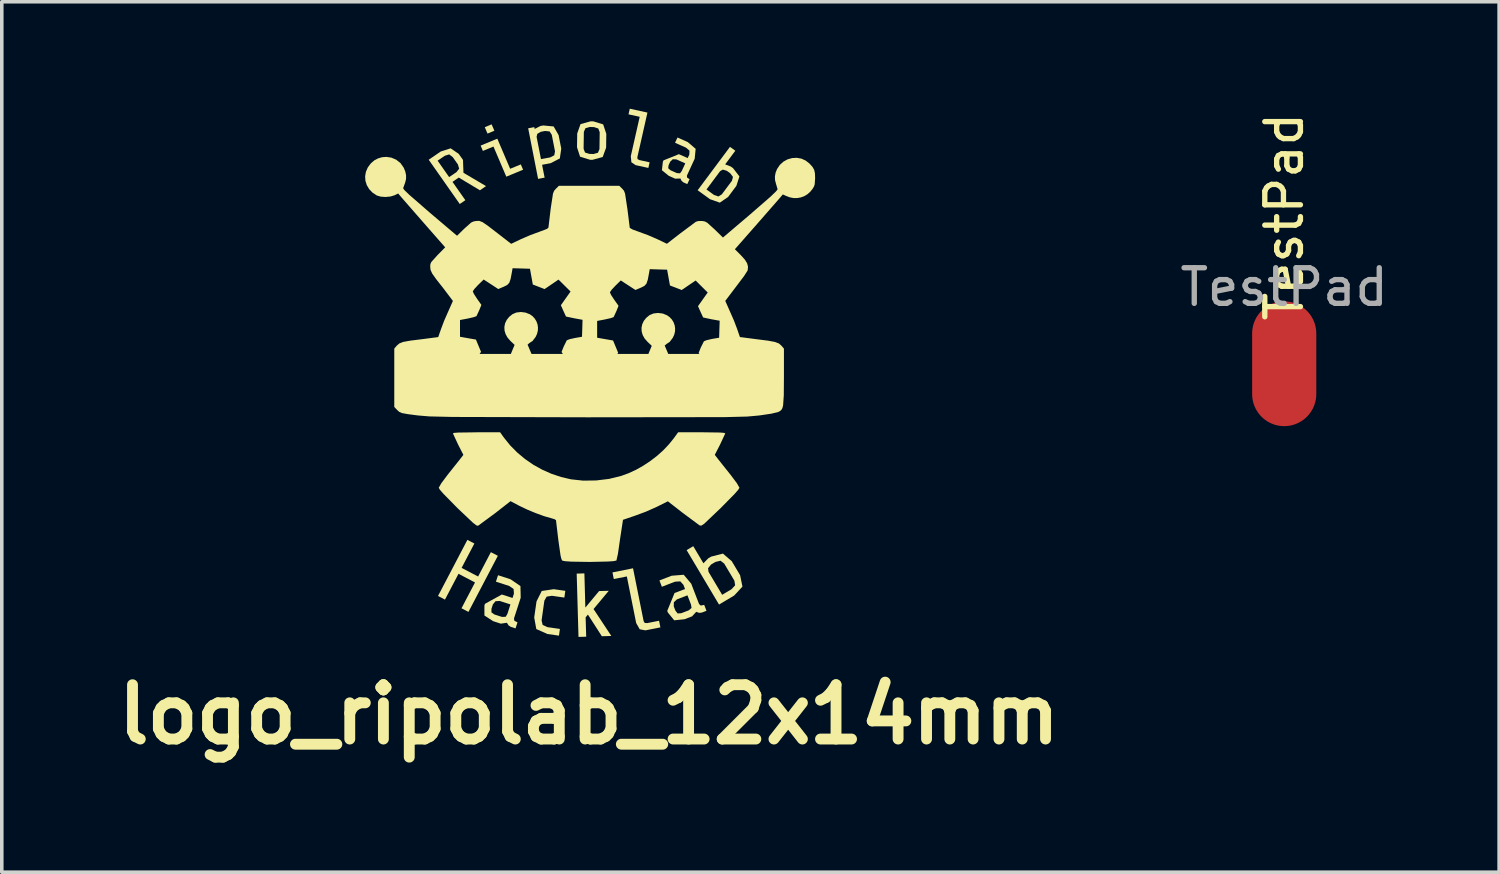
<source format=kicad_pcb>
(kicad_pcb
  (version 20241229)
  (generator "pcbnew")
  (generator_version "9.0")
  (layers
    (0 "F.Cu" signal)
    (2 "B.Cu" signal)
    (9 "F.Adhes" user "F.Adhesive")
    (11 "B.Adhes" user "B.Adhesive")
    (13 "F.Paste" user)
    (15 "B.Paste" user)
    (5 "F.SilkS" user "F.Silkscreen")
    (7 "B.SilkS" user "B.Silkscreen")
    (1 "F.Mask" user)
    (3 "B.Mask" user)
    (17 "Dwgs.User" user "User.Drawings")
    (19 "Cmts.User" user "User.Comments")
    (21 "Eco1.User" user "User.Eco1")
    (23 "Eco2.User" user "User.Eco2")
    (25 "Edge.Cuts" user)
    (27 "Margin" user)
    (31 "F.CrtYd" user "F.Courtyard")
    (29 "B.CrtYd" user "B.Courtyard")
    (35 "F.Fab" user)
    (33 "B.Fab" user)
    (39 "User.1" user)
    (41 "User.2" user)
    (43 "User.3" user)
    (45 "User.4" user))
  (footprint "TestPad"
    (layer "F.Cu")
    (at 32.983 7.157)
    (property "Reference" "TestPad" (at 0 -4.128 90) (layer "F.SilkS") (effects (font (size 1 1) (thickness 0.15))))
    (attr smd)
    (fp_text user "${REFERENCE}" (at 0 -2.15 0) (layer "F.Fab") (effects (font (size 1 1) (thickness 0.15))))
    (pad "1" connect oval (at 0 0) (size 1.8 3.5) (layers "F.Cu" "F.Mask")))
  (footprint "logo_ripolab_12x14mm"
    (layer "F.Cu")
    (at 13.477 7.916)
    (property "Reference" "logo_ripolab_12x14mm" (at 0 9.081 0) (layer "F.SilkS") (effects (font (size 1.524 1.524) (thickness 0.305))))
    (attr smd)
    (fp_poly (pts (xy -3.662 5.134) (xy -4.042 5.858) (xy -4.237 5.756) (xy -3.413 4.182) (xy -3.217 4.284) (xy -3.575 4.968) (xy -3.112 5.21) (xy -2.754 4.527) (xy -2.558 4.629) (xy -3.383 6.203) (xy -3.578 6.101) (xy -3.199 5.377) (xy -3.662 5.134)) (stroke (width 0) (type solid)) (fill yes) (layer "F.SilkS"))
    (fp_poly (pts (xy -0.095 6.356) (xy -0.079 6.899) (xy -0.295 6.905) (xy -0.346 5.129) (xy -0.13 5.122) (xy -0.103 6.082) (xy 0.283 5.618) (xy 0.554 5.611) (xy 0.127 6.123) (xy 0.626 6.878) (xy 0.36 6.886) (xy -0.031 6.278) (xy -0.095 6.356) (xy -0.095 6.356)) (stroke (width 0) (type solid)) (fill yes) (layer "F.SilkS"))
    (fp_poly (pts (xy 1.306 -6.333) (xy 1.189 -6.412) (xy 1.172 -6.583) (xy 1.422 -7.689) (xy 1.108 -7.758) (xy 1.144 -7.916) (xy 1.639 -7.807) (xy 1.356 -6.554) (xy 1.362 -6.502) (xy 1.416 -6.474) (xy 1.7 -6.412) (xy 1.665 -6.254) (xy 1.306 -6.333) (xy 1.306 -6.333)) (stroke (width 0) (type solid)) (fill yes) (layer "F.SilkS"))
    (fp_poly (pts (xy 1.584 6.721) (xy 1.423 6.691) (xy 1.323 6.515) (xy 1.061 5.208) (xy 0.695 5.281) (xy 0.658 5.095) (xy 1.235 4.979) (xy 1.532 6.46) (xy 1.563 6.513) (xy 1.634 6.517) (xy 1.965 6.451) (xy 2.003 6.637) (xy 1.584 6.721) (xy 1.584 6.721)) (stroke (width 0) (type solid)) (fill yes) (layer "F.SilkS"))
    (fp_poly (pts (xy -2.733 -7.477) (xy -1.914 -6.353) (xy -1.85 -6.204) (xy -2.321 -6.009) (xy -2.681 -6.854) (xy -2.978 -6.732) (xy -3.041 -6.881) (xy -2.573 -7.075) (xy -2.213 -6.23) (xy -1.914 -6.353) (xy -2.733 -7.477) (xy -2.656 -7.298) (xy -2.848 -7.218) (xy -2.925 -7.397) (xy -2.733 -7.477)) (stroke (width 0) (type solid)) (fill yes) (layer "F.SilkS"))
    (fp_poly (pts (xy -1.168 6.823) (xy -1.479 6.684) (xy -1.538 6.36) (xy -1.473 5.908) (xy -1.327 5.616) (xy -0.989 5.566) (xy -0.665 5.612) (xy -0.692 5.801) (xy -1.041 5.751) (xy -1.188 5.774) (xy -1.253 5.888) (xy -1.331 6.441) (xy -1.301 6.568) (xy -1.166 6.631) (xy -0.817 6.681) (xy -0.843 6.869) (xy -1.168 6.823) (xy -1.168 6.823)) (stroke (width 0) (type solid)) (fill yes) (layer "F.SilkS"))
    (fp_poly (pts (xy -3.831 -5.863) (xy -3.925 -5.997) (xy -3.721 -6.135) (xy -3.643 -6.233) (xy -3.68 -6.354) (xy -3.824 -6.558) (xy -3.924 -6.634) (xy -4.045 -6.596) (xy -4.248 -6.458) (xy -3.925 -5.997) (xy -3.831 -5.863) (xy -3.47 -5.349) (xy -3.627 -5.242) (xy -4.498 -6.484) (xy -4.16 -6.715) (xy -3.882 -6.804) (xy -3.656 -6.649) (xy -3.536 -6.479) (xy -3.523 -6.118) (xy -2.89 -5.744) (xy -3.061 -5.627) (xy -3.655 -5.984) (xy -3.831 -5.863)) (stroke (width 0) (type solid)) (fill yes) (layer "F.SilkS"))
    (fp_poly (pts (xy 3.902 -5.439) (xy 3.63 -5.453) (xy 3.726 -5.513) (xy 4.011 -5.895) (xy 4.039 -6.003) (xy 3.962 -6.104) (xy 3.864 -6.175) (xy 3.864 -6.175) (xy 3.754 -6.207) (xy 3.678 -6.163) (xy 3.296 -5.65) (xy 3.509 -5.495) (xy 3.63 -5.453) (xy 3.902 -5.439) (xy 3.67 -5.28) (xy 3.394 -5.377) (xy 3.048 -5.628) (xy 3.955 -6.845) (xy 4.105 -6.737) (xy 3.82 -6.354) (xy 3.978 -6.293) (xy 4.042 -6.247) (xy 4.22 -6.016) (xy 4.135 -5.752) (xy 3.902 -5.439)) (stroke (width 0) (type solid)) (fill yes) (layer "F.SilkS"))
    (fp_poly (pts (xy 4.239 5.173) (xy 4.1 5.456) (xy 4.079 5.327) (xy 3.793 4.847) (xy 3.69 4.767) (xy 3.545 4.802) (xy 3.423 4.875) (xy 3.423 4.875) (xy 3.34 4.978) (xy 3.353 5.079) (xy 3.736 5.723) (xy 4 5.566) (xy 4.1 5.456) (xy 4.239 5.173) (xy 4.305 5.493) (xy 4.075 5.742) (xy 3.648 5.997) (xy 2.739 4.47) (xy 2.925 4.359) (xy 3.21 4.839) (xy 3.348 4.698) (xy 3.426 4.652) (xy 3.757 4.567) (xy 4.005 4.78) (xy 4.239 5.173)) (stroke (width 0) (type solid)) (fill yes) (layer "F.SilkS"))
    (fp_poly (pts (xy -1.535 -7.399) (xy -1.525 -7.348) (xy -1.354 -7.268) (xy -1.452 -7.21) (xy -1.471 -7.125) (xy -1.348 -6.501) (xy -1.088 -6.55) (xy -0.975 -6.609) (xy -0.954 -6.718) (xy -1.045 -7.184) (xy -1.106 -7.278) (xy -1.233 -7.291) (xy -1.354 -7.268) (xy -1.354 -7.268) (xy -1.525 -7.348) (xy -1.363 -7.431) (xy -1.286 -7.446) (xy -0.993 -7.418) (xy -0.854 -7.177) (xy -0.779 -6.796) (xy -0.819 -6.52) (xy -1.078 -6.387) (xy -1.317 -6.342) (xy -1.246 -5.982) (xy -1.429 -5.947) (xy -1.707 -7.366) (xy -1.535 -7.399) (xy -1.535 -7.399)) (stroke (width 0) (type solid)) (fill yes) (layer "F.SilkS"))
    (fp_poly (pts (xy 0.48 -6.823) (xy 0.3 -7.257) (xy 0.26 -7.361) (xy 0.138 -7.4) (xy 0.022 -7.403) (xy -0.101 -7.368) (xy -0.145 -7.265) (xy -0.152 -6.79) (xy -0.111 -6.686) (xy 0.011 -6.648) (xy 0.127 -6.645) (xy 0.25 -6.68) (xy 0.293 -6.782) (xy 0.3 -7.257) (xy 0.3 -7.257) (xy 0.48 -6.823) (xy 0.384 -6.561) (xy 0.102 -6.483) (xy 0.03 -6.483) (xy -0.251 -6.569) (xy -0.337 -6.834) (xy -0.331 -7.222) (xy -0.238 -7.484) (xy 0.046 -7.562) (xy 0.118 -7.562) (xy 0.397 -7.476) (xy 0.485 -7.211) (xy 0.48 -6.823) (xy 0.48 -6.823)) (stroke (width 0) (type solid)) (fill yes) (layer "F.SilkS"))
    (fp_poly (pts (xy -2.195 6.623) (xy -2.441 6.344) (xy -2.338 6.34) (xy -2.29 6.259) (xy -2.205 5.993) (xy -2.507 5.896) (xy -2.624 5.903) (xy -2.698 5.994) (xy -2.737 6.115) (xy -2.738 6.216) (xy -2.656 6.275) (xy -2.441 6.344) (xy -2.441 6.344) (xy -2.195 6.623) (xy -2.258 6.581) (xy -2.304 6.508) (xy -2.475 6.533) (xy -2.69 6.463) (xy -2.935 6.304) (xy -2.935 6.024) (xy -2.919 5.976) (xy -2.446 5.715) (xy -2.146 5.812) (xy -2.107 5.691) (xy -2.116 5.56) (xy -2.238 5.476) (xy -2.612 5.355) (xy -2.553 5.174) (xy -2.203 5.287) (xy -1.924 5.478) (xy -1.917 5.806) (xy -2.105 6.386) (xy -2.096 6.45) (xy -2.007 6.497) (xy -2.062 6.666) (xy -2.195 6.623) (xy -2.195 6.623)) (stroke (width 0) (type solid)) (fill yes) (layer "F.SilkS"))
    (fp_poly (pts (xy 2.648 -5.849) (xy 2.464 -6.109) (xy 2.553 -6.103) (xy 2.601 -6.166) (xy 2.701 -6.382) (xy 2.451 -6.494) (xy 2.35 -6.498) (xy 2.278 -6.429) (xy 2.232 -6.331) (xy 2.222 -6.246) (xy 2.287 -6.188) (xy 2.464 -6.109) (xy 2.464 -6.109) (xy 2.648 -5.849) (xy 2.597 -5.891) (xy 2.565 -5.957) (xy 2.417 -5.953) (xy 2.239 -6.032) (xy 2.045 -6.19) (xy 2.072 -6.426) (xy 2.09 -6.466) (xy 2.521 -6.64) (xy 2.768 -6.53) (xy 2.814 -6.628) (xy 2.819 -6.739) (xy 2.723 -6.822) (xy 2.414 -6.96) (xy 2.482 -7.108) (xy 2.771 -6.979) (xy 2.992 -6.79) (xy 2.965 -6.513) (xy 2.748 -6.041) (xy 2.749 -5.986) (xy 2.821 -5.938) (xy 2.757 -5.8) (xy 2.648 -5.849) (xy 2.648 -5.849)) (stroke (width 0) (type solid)) (fill yes) (layer "F.SilkS"))
    (fp_poly (pts (xy 3.166 6.222) (xy 2.799 6.159) (xy 2.876 6.092) (xy 2.862 5.999) (xy 2.762 5.738) (xy 2.466 5.852) (xy 2.38 5.932) (xy 2.378 6.049) (xy 2.424 6.167) (xy 2.487 6.247) (xy 2.588 6.24) (xy 2.799 6.159) (xy 2.799 6.159) (xy 3.166 6.222) (xy 3.09 6.23) (xy 3.008 6.201) (xy 2.891 6.328) (xy 2.68 6.409) (xy 2.39 6.439) (xy 2.213 6.221) (xy 2.195 6.174) (xy 2.4 5.673) (xy 2.694 5.561) (xy 2.648 5.442) (xy 2.56 5.346) (xy 2.411 5.356) (xy 2.044 5.498) (xy 1.976 5.32) (xy 2.319 5.188) (xy 2.657 5.161) (xy 2.868 5.412) (xy 3.087 5.981) (xy 3.134 6.025) (xy 3.232 6.006) (xy 3.296 6.172) (xy 3.166 6.222) (xy 3.166 6.222)) (stroke (width 0) (type solid)) (fill yes) (layer "F.SilkS"))
    (fp_poly (pts (xy -5.693 -6.564) (xy -5.809 -6.554) (xy -5.921 -6.521) (xy -3.109 -2.974) (xy -2.956 -3.123) (xy -2.751 -2.99) (xy -2.546 -2.856) (xy -2.393 -2.921) (xy -2.296 -2.969) (xy -2.237 -3.032) (xy -2.199 -3.144) (xy -2.162 -3.341) (xy -2.145 -3.44) (xy -2.145 -3.44) (xy -1.901 -3.433) (xy -1.657 -3.425) (xy -1.617 -3.204) (xy -1.577 -2.983) (xy -1.412 -2.919) (xy -1.247 -2.855) (xy -1.051 -2.988) (xy -0.856 -3.121) (xy -0.687 -2.954) (xy -0.518 -2.786) (xy -0.654 -2.594) (xy -0.79 -2.402) (xy -0.721 -2.247) (xy -0.646 -2.084) (xy -0.411 -2.035) (xy -0.182 -1.993) (xy -0.189 -1.755) (xy -0.197 -1.517) (xy -0.396 -1.482) (xy -0.545 -1.449) (xy -0.624 -1.417) (xy -0.712 -1.238) (xy -0.771 -1.09) (xy -0.735 -1.036) (xy -1.614 -1.036) (xy -1.724 -1.297) (xy -1.664 -1.347) (xy -1.585 -1.398) (xy -1.498 -1.512) (xy -1.458 -1.599) (xy -1.436 -1.688) (xy -1.432 -1.778) (xy -1.445 -1.865) (xy -1.475 -1.948) (xy -1.521 -2.025) (xy -1.582 -2.092) (xy -1.658 -2.147) (xy -1.78 -2.195) (xy -1.912 -2.212) (xy -2.04 -2.197) (xy -2.149 -2.15) (xy -2.242 -2.074) (xy -2.31 -1.988) (xy -2.355 -1.894) (xy -2.375 -1.794) (xy -2.371 -1.693) (xy -2.341 -1.592) (xy -2.287 -1.494) (xy -2.208 -1.403) (xy -2.088 -1.289) (xy -2.128 -1.194) (xy -2.193 -1.036) (xy -3.07 -1.036) (xy -3.03 -1.094) (xy -3.102 -1.266) (xy -3.173 -1.438) (xy -3.397 -1.477) (xy -3.62 -1.517) (xy -3.62 -1.752) (xy -3.62 -1.987) (xy -3.399 -2.029) (xy -3.237 -2.066) (xy -3.158 -2.095) (xy -3.079 -2.265) (xy -3.02 -2.411) (xy -3.141 -2.582) (xy -3.226 -2.713) (xy -3.262 -2.789) (xy -3.217 -2.858) (xy -3.109 -2.974) (xy -5.921 -6.521) (xy -6.027 -6.464) (xy -6.122 -6.382) (xy -6.207 -6.268) (xy -6.26 -6.146) (xy -6.282 -6.02) (xy -6.274 -5.894) (xy -6.236 -5.773) (xy -6.17 -5.661) (xy -6.077 -5.563) (xy -5.956 -5.482) (xy -5.848 -5.449) (xy -5.711 -5.439) (xy -5.572 -5.452) (xy -5.456 -5.487) (xy -5.355 -5.537) (xy -5.28 -5.448) (xy -4.621 -4.693) (xy 0.707 -2.556) (xy 0.621 -2.687) (xy 0.586 -2.763) (xy 0.631 -2.832) (xy 0.739 -2.948) (xy 0.891 -3.097) (xy 1.097 -2.963) (xy 1.302 -2.83) (xy 1.455 -2.894) (xy 1.552 -2.943) (xy 1.61 -3.005) (xy 1.649 -3.118) (xy 1.686 -3.315) (xy 1.703 -3.414) (xy 1.703 -3.414) (xy 1.703 -3.414) (xy 1.947 -3.406) (xy 2.191 -3.399) (xy 2.231 -3.178) (xy 2.271 -2.956) (xy 2.436 -2.893) (xy 2.601 -2.829) (xy 2.796 -2.962) (xy 2.992 -3.095) (xy 3.161 -2.927) (xy 3.33 -2.759) (xy 3.194 -2.567) (xy 3.058 -2.375) (xy 3.127 -2.22) (xy 3.202 -2.058) (xy 3.436 -2.008) (xy 3.666 -1.967) (xy 3.658 -1.729) (xy 3.651 -1.49) (xy 3.452 -1.456) (xy 3.303 -1.422) (xy 3.224 -1.39) (xy 3.135 -1.212) (xy 3.076 -1.064) (xy 3.095 -1.036) (xy 2.223 -1.036) (xy 2.123 -1.271) (xy 2.184 -1.321) (xy 2.263 -1.372) (xy 2.349 -1.486) (xy 2.39 -1.572) (xy 2.412 -1.662) (xy 2.416 -1.751) (xy 2.403 -1.839) (xy 2.373 -1.922) (xy 2.327 -1.998) (xy 2.265 -2.065) (xy 2.189 -2.12) (xy 2.068 -2.169) (xy 1.936 -2.185) (xy 1.807 -2.17) (xy 1.698 -2.124) (xy 1.606 -2.048) (xy 1.537 -1.962) (xy 1.493 -1.867) (xy 1.473 -1.768) (xy 1.477 -1.666) (xy 1.506 -1.565) (xy 1.56 -1.468) (xy 1.64 -1.377) (xy 1.76 -1.263) (xy 1.72 -1.167) (xy 1.666 -1.036) (xy 0.796 -1.036) (xy 0.818 -1.068) (xy 0.746 -1.24) (xy 0.675 -1.412) (xy 0.451 -1.451) (xy 0.228 -1.49) (xy 0.228 -1.726) (xy 0.228 -1.961) (xy 0.448 -2.003) (xy 0.61 -2.04) (xy 0.69 -2.068) (xy 0.769 -2.238) (xy 0.828 -2.385) (xy 0.707 -2.556) (xy -4.621 -4.693) (xy -4.036 -4.026) (xy -4.246 -3.813) (xy -4.425 -3.615) (xy -4.451 -3.555) (xy -4.456 -3.487) (xy -4.447 -3.394) (xy -4.401 -3.292) (xy -4.291 -3.136) (xy -4.088 -2.878) (xy -3.819 -2.522) (xy -3.948 -2.232) (xy -4.061 -1.975) (xy -4.151 -1.738) (xy -4.231 -1.508) (xy -4.685 -1.449) (xy -5.015 -1.408) (xy -5.214 -1.372) (xy -5.325 -1.328) (xy -5.396 -1.265) (xy -5.464 -1.185) (xy -5.464 -0.366) (xy -5.464 0.453) (xy -3.975 2.366) (xy -4.145 2.594) (xy -4.217 2.72) (xy -4.183 2.777) (xy -4.082 2.892) (xy -3.691 3.29) (xy -3.257 3.701) (xy -3.161 3.775) (xy -3.114 3.787) (xy -2.632 3.432) (xy -2.202 3.096) (xy -1.956 3.226) (xy -1.737 3.331) (xy -1.493 3.432) (xy -1.256 3.518) (xy -1.059 3.574) (xy -0.966 3.603) (xy -0.927 3.628) (xy -0.86 4.193) (xy -0.798 4.627) (xy -0.773 4.724) (xy -0.749 4.765) (xy -0.666 4.781) (xy -0.489 4.793) (xy 0.02 4.801) (xy 0.524 4.79) (xy 0.695 4.778) (xy 0.769 4.761) (xy 0.811 4.575) (xy 0.868 4.179) (xy 0.953 3.619) (xy 1.279 3.508) (xy 1.589 3.394) (xy 1.9 3.256) (xy 2.212 3.1) (xy 2.626 3.422) (xy 3.103 3.776) (xy 3.15 3.783) (xy 3.232 3.73) (xy 3.693 3.291) (xy 4.086 2.892) (xy 4.187 2.776) (xy 4.221 2.72) (xy 4.15 2.594) (xy 3.979 2.366) (xy 3.633 1.931) (xy 3.529 1.796) (xy 3.676 1.51) (xy 3.823 1.194) (xy 3.788 1.18) (xy 3.674 1.17) (xy 3.162 1.163) (xy 2.501 1.163) (xy 2.382 1.327) (xy 2.243 1.5) (xy 2.086 1.666) (xy 1.912 1.822) (xy 1.725 1.966) (xy 1.528 2.097) (xy 1.324 2.213) (xy 1.115 2.31) (xy 0.904 2.387) (xy 0.564 2.471) (xy 0.2 2.515) (xy -0.164 2.52) (xy -0.506 2.483) (xy -0.785 2.418) (xy -1.056 2.327) (xy -1.317 2.211) (xy -1.566 2.072) (xy -1.799 1.911) (xy -2.015 1.73) (xy -2.212 1.531) (xy -2.387 1.314) (xy -2.495 1.163) (xy -3.157 1.163) (xy -3.157 1.164) (xy -3.67 1.171) (xy -3.784 1.18) (xy -3.819 1.194) (xy -3.672 1.51) (xy -3.525 1.797) (xy -3.629 1.931) (xy -3.975 2.366) (xy -5.464 0.453) (xy -5.389 0.532) (xy -5.327 0.589) (xy -5.244 0.625) (xy -5.086 0.654) (xy -4.801 0.691) (xy -4.479 0.718) (xy -3.815 0.733) (xy -0.043 0.743) (xy 3.802 0.738) (xy 4.438 0.722) (xy 4.772 0.692) (xy 5.111 0.642) (xy 5.303 0.597) (xy 5.357 0.569) (xy 5.397 0.535) (xy 5.426 0.485) (xy 5.446 0.407) (xy 5.465 0.127) (xy 5.469 -0.388) (xy 5.469 -1.185) (xy 5.4 -1.265) (xy 5.33 -1.328) (xy 5.218 -1.371) (xy 5.019 -1.408) (xy 4.688 -1.45) (xy 4.234 -1.509) (xy 4.155 -1.738) (xy 4.065 -1.975) (xy 3.952 -2.232) (xy 3.823 -2.523) (xy 4.129 -2.927) (xy 4.349 -3.218) (xy 4.45 -3.376) (xy 4.462 -3.478) (xy 4.437 -3.577) (xy 4.373 -3.681) (xy 4.264 -3.802) (xy 4.093 -3.973) (xy 4.691 -4.653) (xy 5.363 -5.422) (xy 5.438 -5.511) (xy 5.528 -5.469) (xy 5.634 -5.429) (xy 5.74 -5.409) (xy 5.844 -5.409) (xy 5.945 -5.427) (xy 6.04 -5.462) (xy 6.128 -5.515) (xy 6.207 -5.585) (xy 6.276 -5.671) (xy 6.311 -5.732) (xy 6.332 -5.792) (xy 6.344 -5.968) (xy 6.339 -6.103) (xy 6.318 -6.2) (xy 6.271 -6.282) (xy 6.189 -6.374) (xy 6.08 -6.46) (xy 5.959 -6.515) (xy 5.83 -6.538) (xy 5.699 -6.531) (xy 5.572 -6.495) (xy 5.455 -6.431) (xy 5.355 -6.34) (xy 5.276 -6.223) (xy 5.235 -6.12) (xy 5.216 -6.016) (xy 5.219 -5.914) (xy 5.244 -5.816) (xy 5.292 -5.654) (xy 5.244 -5.593) (xy 5.1 -5.454) (xy 4.527 -4.955) (xy 3.758 -4.301) (xy 3.528 -4.526) (xy 3.317 -4.717) (xy 3.251 -4.751) (xy 3.18 -4.765) (xy 3.078 -4.765) (xy 3.002 -4.746) (xy 2.564 -4.42) (xy 2.185 -4.126) (xy 1.923 -4.252) (xy 1.662 -4.365) (xy 1.402 -4.461) (xy 1.219 -4.528) (xy 1.143 -4.573) (xy 1.078 -5.096) (xy 1.011 -5.535) (xy 0.979 -5.616) (xy 0.932 -5.671) (xy 0.85 -5.752) (xy 0.002 -5.752) (xy -0.846 -5.752) (xy -0.93 -5.669) (xy -0.979 -5.613) (xy -1.011 -5.534) (xy -1.076 -5.107) (xy -1.138 -4.586) (xy -1.153 -4.563) (xy -1.2 -4.535) (xy -1.398 -4.461) (xy -1.658 -4.365) (xy -1.92 -4.251) (xy -2.184 -4.125) (xy -2.544 -4.404) (xy -2.828 -4.623) (xy -2.987 -4.733) (xy -3.082 -4.769) (xy -3.173 -4.765) (xy -3.244 -4.751) (xy -3.308 -4.721) (xy -3.499 -4.551) (xy -3.703 -4.351) (xy -4.466 -4.998) (xy -5.042 -5.499) (xy -5.177 -5.629) (xy -5.216 -5.685) (xy -5.159 -5.842) (xy -5.134 -5.942) (xy -5.133 -6.046) (xy -5.155 -6.153) (xy -5.2 -6.262) (xy -5.291 -6.391) (xy -5.41 -6.485) (xy -5.546 -6.543) (xy -5.693 -6.565) (xy -5.693 -6.564)) (stroke (width 0) (type solid)) (fill yes) (layer "F.SilkS")))
  (gr_rect
    (start -3 -3)
    (end 39.013 21.423)
    (stroke (width 0.1) (type default))
    (fill no)
    (layer "Edge.Cuts")))
</source>
